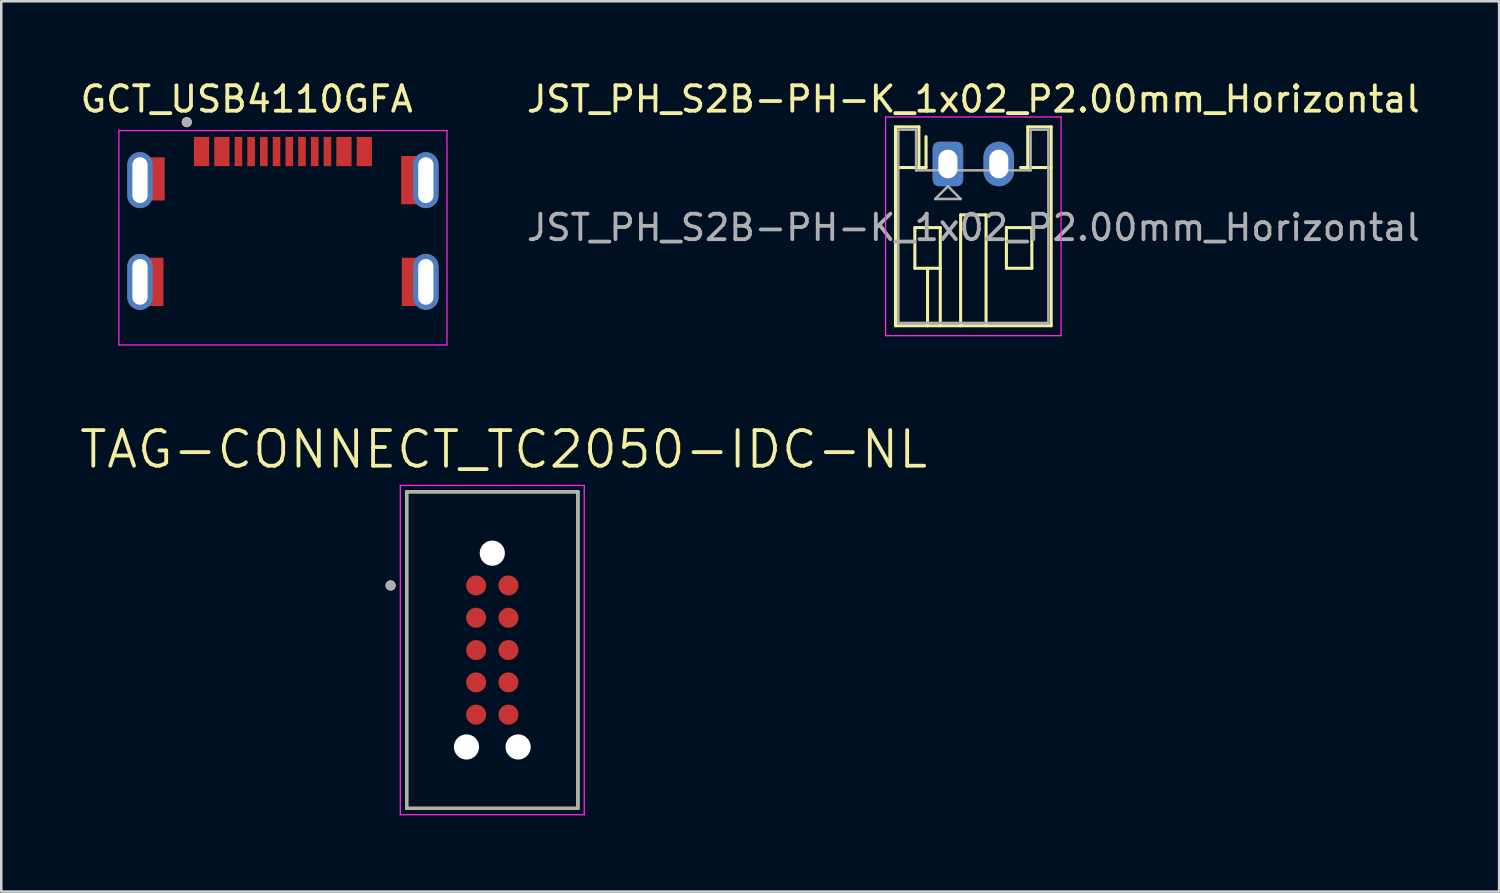
<source format=kicad_pcb>
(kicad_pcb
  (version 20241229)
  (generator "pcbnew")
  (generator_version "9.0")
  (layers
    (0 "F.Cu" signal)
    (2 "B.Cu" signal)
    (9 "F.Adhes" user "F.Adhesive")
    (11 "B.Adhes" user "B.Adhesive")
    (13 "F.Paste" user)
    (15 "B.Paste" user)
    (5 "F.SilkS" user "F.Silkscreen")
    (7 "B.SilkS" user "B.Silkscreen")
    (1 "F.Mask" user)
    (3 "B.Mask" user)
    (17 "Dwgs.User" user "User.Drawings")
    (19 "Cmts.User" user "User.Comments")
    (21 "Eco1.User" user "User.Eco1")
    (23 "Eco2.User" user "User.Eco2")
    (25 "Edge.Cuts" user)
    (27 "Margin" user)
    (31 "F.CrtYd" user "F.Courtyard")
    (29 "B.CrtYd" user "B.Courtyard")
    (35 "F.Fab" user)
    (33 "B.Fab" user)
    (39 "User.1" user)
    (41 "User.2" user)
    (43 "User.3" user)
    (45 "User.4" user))
  (footprint "GCT_USB4110GFA"
    (layer "F.Cu")
    (at 8.074 3.983)
    (property "Reference" "GCT_USB4110GFA" (at -1.425 -3.135 0) (layer "F.SilkS") (effects (font (size 1 1) (thickness 0.15))))
    (attr smd)
    (fp_circle (center -3.78 -2.23) (end -3.68 -2.23) (stroke (width 0.2) (type solid)) (fill no) (layer "F.SilkS"))
    (fp_line (start -6.45 -1.9) (end 6.45 -1.9) (stroke (width 0.05) (type solid)) (layer "F.CrtYd"))
    (fp_line (start -6.45 6.53) (end -6.45 -1.9) (stroke (width 0.05) (type solid)) (layer "F.CrtYd"))
    (fp_line (start 6.45 -1.9) (end 6.45 6.53) (stroke (width 0.05) (type solid)) (layer "F.CrtYd"))
    (fp_line (start 6.45 6.53) (end -6.45 6.53) (stroke (width 0.05) (type solid)) (layer "F.CrtYd"))
    (fp_circle (center -3.78 -2.23) (end -3.68 -2.23) (stroke (width 0.2) (type solid)) (fill no) (layer "F.Fab"))
    (pad "A1/B12" smd rect (at -3.2 -1.075) (size 0.6 1.15) (layers "F.Cu" "F.Mask" "F.Paste"))
    (pad "A4/B9" smd rect (at -2.4 -1.075) (size 0.6 1.15) (layers "F.Cu" "F.Mask" "F.Paste"))
    (pad "A5" smd rect (at -1.25 -1.075) (size 0.3 1.15) (layers "F.Cu" "F.Mask" "F.Paste"))
    (pad "A6" smd rect (at -0.25 -1.075) (size 0.3 1.15) (layers "F.Cu" "F.Mask" "F.Paste"))
    (pad "A7" smd rect (at 0.25 -1.075) (size 0.3 1.15) (layers "F.Cu" "F.Mask" "F.Paste"))
    (pad "A8" smd rect (at 1.25 -1.075) (size 0.3 1.15) (layers "F.Cu" "F.Mask" "F.Paste"))
    (pad "B1/A12" smd rect (at 3.2 -1.075) (size 0.6 1.15) (layers "F.Cu" "F.Mask" "F.Paste"))
    (pad "B4/A9" smd rect (at 2.4 -1.075) (size 0.6 1.15) (layers "F.Cu" "F.Mask" "F.Paste"))
    (pad "B5" smd rect (at 1.75 -1.075) (size 0.3 1.15) (layers "F.Cu" "F.Mask" "F.Paste"))
    (pad "B6" smd rect (at 0.75 -1.075) (size 0.3 1.15) (layers "F.Cu" "F.Mask" "F.Paste"))
    (pad "B7" smd rect (at -0.75 -1.075) (size 0.3 1.15) (layers "F.Cu" "F.Mask" "F.Paste"))
    (pad "B8" smd rect (at -1.75 -1.075) (size 0.3 1.15) (layers "F.Cu" "F.Mask" "F.Paste"))
    (pad "S1" thru_hole oval (at -5.62 0.05 90) (size 2.2 1) (drill oval 1.8 0.6) (layers "*.Cu" "*.Mask"))
    (pad "S1" smd rect (at -4.95 0) (size 0.6 1.7) (layers "F.Cu" "F.Mask" "F.Paste"))
    (pad "S2" smd rect (at 4.95 0.05) (size 0.6 1.9) (layers "F.Cu" "F.Mask" "F.Paste"))
    (pad "S2" thru_hole oval (at 5.62 0.05 90) (size 2.2 1) (drill oval 1.8 0.6) (layers "*.Cu" "*.Mask"))
    (pad "S3" thru_hole oval (at -5.62 4.05 90) (size 2.2 1) (drill oval 1.8 0.6) (layers "*.Cu" "*.Mask"))
    (pad "S3" smd rect (at -4.995 4.05) (size 0.6 1.9) (layers "F.Cu" "F.Mask" "F.Paste"))
    (pad "S4" smd rect (at 4.975 4.05) (size 0.6 1.9) (layers "F.Cu" "F.Mask" "F.Paste"))
    (pad "S4" thru_hole oval (at 5.62 4.05 90) (size 2.2 1) (drill oval 1.8 0.6) (layers "*.Cu" "*.Mask")))
  (footprint "JST_PH_S2B-PH-K_1x02_P2.00mm_Horizontal"
    (layer "F.Cu")
    (at 34.221 3.398)
    (property "Reference" "JST_PH_S2B-PH-K_1x02_P2.00mm_Horizontal" (at 1 -2.55 0) (layer "F.SilkS") (effects (font (size 1 1) (thickness 0.15))))
    (attr through_hole)
    (fp_line (start -2.06 -1.46) (end -2.06 6.36) (stroke (width 0.12) (type solid)) (layer "F.SilkS"))
    (fp_line (start -2.06 0.14) (end -1.14 0.14) (stroke (width 0.12) (type solid)) (layer "F.SilkS"))
    (fp_line (start -2.06 6.36) (end 4.06 6.36) (stroke (width 0.12) (type solid)) (layer "F.SilkS"))
    (fp_line (start -1.3 2.5) (end -1.3 4.1) (stroke (width 0.12) (type solid)) (layer "F.SilkS"))
    (fp_line (start -1.3 4.1) (end -0.3 4.1) (stroke (width 0.12) (type solid)) (layer "F.SilkS"))
    (fp_line (start -1.14 -1.46) (end -2.06 -1.46) (stroke (width 0.12) (type solid)) (layer "F.SilkS"))
    (fp_line (start -1.14 0.14) (end -1.14 -1.46) (stroke (width 0.12) (type solid)) (layer "F.SilkS"))
    (fp_line (start -0.86 0.14) (end -1.14 0.14) (stroke (width 0.12) (type solid)) (layer "F.SilkS"))
    (fp_line (start -0.86 0.14) (end -0.86 -1.075) (stroke (width 0.12) (type solid)) (layer "F.SilkS"))
    (fp_line (start -0.8 4.1) (end -0.8 6.36) (stroke (width 0.12) (type solid)) (layer "F.SilkS"))
    (fp_line (start -0.3 2.5) (end -1.3 2.5) (stroke (width 0.12) (type solid)) (layer "F.SilkS"))
    (fp_line (start -0.3 4.1) (end -0.3 2.5) (stroke (width 0.12) (type solid)) (layer "F.SilkS"))
    (fp_line (start -0.3 4.1) (end -0.3 6.36) (stroke (width 0.12) (type solid)) (layer "F.SilkS"))
    (fp_line (start 0.5 2) (end 1.5 2) (stroke (width 0.12) (type solid)) (layer "F.SilkS"))
    (fp_line (start 0.5 6.36) (end 0.5 2) (stroke (width 0.12) (type solid)) (layer "F.SilkS"))
    (fp_line (start 1.5 2) (end 1.5 6.36) (stroke (width 0.12) (type solid)) (layer "F.SilkS"))
    (fp_line (start 2.3 2.5) (end 3.3 2.5) (stroke (width 0.12) (type solid)) (layer "F.SilkS"))
    (fp_line (start 2.3 4.1) (end 2.3 2.5) (stroke (width 0.12) (type solid)) (layer "F.SilkS"))
    (fp_line (start 3.14 -1.46) (end 3.14 0.14) (stroke (width 0.12) (type solid)) (layer "F.SilkS"))
    (fp_line (start 3.14 0.14) (end 2.86 0.14) (stroke (width 0.12) (type solid)) (layer "F.SilkS"))
    (fp_line (start 3.3 2.5) (end 3.3 4.1) (stroke (width 0.12) (type solid)) (layer "F.SilkS"))
    (fp_line (start 3.3 4.1) (end 2.3 4.1) (stroke (width 0.12) (type solid)) (layer "F.SilkS"))
    (fp_line (start 4.06 -1.46) (end 3.14 -1.46) (stroke (width 0.12) (type solid)) (layer "F.SilkS"))
    (fp_line (start 4.06 0.14) (end 3.14 0.14) (stroke (width 0.12) (type solid)) (layer "F.SilkS"))
    (fp_line (start 4.06 6.36) (end 4.06 -1.46) (stroke (width 0.12) (type solid)) (layer "F.SilkS"))
    (fp_line (start -2.45 -1.85) (end -2.45 6.75) (stroke (width 0.05) (type solid)) (layer "F.CrtYd"))
    (fp_line (start -2.45 6.75) (end 4.45 6.75) (stroke (width 0.05) (type solid)) (layer "F.CrtYd"))
    (fp_line (start 4.45 -1.85) (end -2.45 -1.85) (stroke (width 0.05) (type solid)) (layer "F.CrtYd"))
    (fp_line (start 4.45 6.75) (end 4.45 -1.85) (stroke (width 0.05) (type solid)) (layer "F.CrtYd"))
    (fp_line (start -1.95 -1.35) (end -1.95 6.25) (stroke (width 0.1) (type solid)) (layer "F.Fab"))
    (fp_line (start -1.95 6.25) (end 3.95 6.25) (stroke (width 0.1) (type solid)) (layer "F.Fab"))
    (fp_line (start -1.25 -1.35) (end -1.95 -1.35) (stroke (width 0.1) (type solid)) (layer "F.Fab"))
    (fp_line (start -1.25 0.25) (end -1.25 -1.35) (stroke (width 0.1) (type solid)) (layer "F.Fab"))
    (fp_line (start -0.5 1.375) (end 0.5 1.375) (stroke (width 0.1) (type solid)) (layer "F.Fab"))
    (fp_line (start 0 0.875) (end -0.5 1.375) (stroke (width 0.1) (type solid)) (layer "F.Fab"))
    (fp_line (start 0.5 1.375) (end 0 0.875) (stroke (width 0.1) (type solid)) (layer "F.Fab"))
    (fp_line (start 3.25 -1.35) (end 3.25 0.25) (stroke (width 0.1) (type solid)) (layer "F.Fab"))
    (fp_line (start 3.25 0.25) (end -1.25 0.25) (stroke (width 0.1) (type solid)) (layer "F.Fab"))
    (fp_line (start 3.95 -1.35) (end 3.25 -1.35) (stroke (width 0.1) (type solid)) (layer "F.Fab"))
    (fp_line (start 3.95 6.25) (end 3.95 -1.35) (stroke (width 0.1) (type solid)) (layer "F.Fab"))
    (fp_text user "${REFERENCE}" (at 1 2.5 0) (layer "F.Fab") (effects (font (size 1 1) (thickness 0.15))))
    (pad "1" thru_hole roundrect (at 0 0) (size 1.2 1.75) (drill oval 0.75 1.125) (layers "*.Cu" "*.Mask") (roundrect_rratio 0.208))
    (pad "2" thru_hole oval (at 2 0) (size 1.2 1.75) (drill oval 0.75 1.125) (layers "*.Cu" "*.Mask")))
  (footprint "TAG-CONNECT_TC2050-IDC-NL"
    (layer "F.Cu")
    (at 15.672 19.97)
    (property "Reference" "TAG-CONNECT_TC2050-IDC-NL" (at 1.08 -5.349 0) (layer "F.SilkS") (effects (font (size 1.4 1.4) (thickness 0.15))))
    (attr smd)
    (fp_line (start -2.731 -3.683) (end 4 -3.683) (stroke (width 0.127) (type solid)) (layer "F.SilkS"))
    (fp_line (start -2.731 8.763) (end -2.731 -3.683) (stroke (width 0.127) (type solid)) (layer "F.SilkS"))
    (fp_line (start 4 -3.683) (end 4 8.763) (stroke (width 0.127) (type solid)) (layer "F.SilkS"))
    (fp_line (start 4 8.763) (end -2.731 8.763) (stroke (width 0.127) (type solid)) (layer "F.SilkS"))
    (fp_circle (center -3.365 0) (end -3.265 0) (stroke (width 0.2) (type solid)) (fill no) (layer "F.SilkS"))
    (fp_line (start -2.981 -3.933) (end 4.25 -3.933) (stroke (width 0.05) (type solid)) (layer "F.CrtYd"))
    (fp_line (start -2.981 9.013) (end -2.981 -3.933) (stroke (width 0.05) (type solid)) (layer "F.CrtYd"))
    (fp_line (start 4.25 -3.933) (end 4.25 9.013) (stroke (width 0.05) (type solid)) (layer "F.CrtYd"))
    (fp_line (start 4.25 9.013) (end -2.981 9.013) (stroke (width 0.05) (type solid)) (layer "F.CrtYd"))
    (fp_line (start -2.731 -3.683) (end 4 -3.683) (stroke (width 0.127) (type solid)) (layer "F.Fab"))
    (fp_line (start -2.731 8.763) (end -2.731 -3.683) (stroke (width 0.127) (type solid)) (layer "F.Fab"))
    (fp_line (start 4 -3.683) (end 4 8.763) (stroke (width 0.127) (type solid)) (layer "F.Fab"))
    (fp_line (start 4 8.763) (end -2.731 8.763) (stroke (width 0.127) (type solid)) (layer "F.Fab"))
    (fp_circle (center -3.365 0) (end -3.265 0) (stroke (width 0.2) (type solid)) (fill no) (layer "F.Fab"))
    (pad "" np_thru_hole circle (at -0.38 6.35) (size 0.991 0.991) (drill 0.991) (layers "*.Cu" "*.Mask"))
    (pad "" np_thru_hole circle (at 0.635 -1.27) (size 0.991 0.991) (drill 0.991) (layers "*.Cu" "*.Mask"))
    (pad "" np_thru_hole circle (at 1.65 6.35) (size 0.991 0.991) (drill 0.991) (layers "*.Cu" "*.Mask"))
    (pad "1" smd circle (at 0 0 270) (size 0.787 0.787) (layers "F.Cu" "F.Mask"))
    (pad "2" smd circle (at 0 1.27 270) (size 0.787 0.787) (layers "F.Cu" "F.Mask"))
    (pad "3" smd circle (at 0 2.54 270) (size 0.787 0.787) (layers "F.Cu" "F.Mask"))
    (pad "4" smd circle (at 0 3.81 270) (size 0.787 0.787) (layers "F.Cu" "F.Mask"))
    (pad "5" smd circle (at 0 5.08 270) (size 0.787 0.787) (layers "F.Cu" "F.Mask"))
    (pad "6" smd circle (at 1.27 5.08 90) (size 0.787 0.787) (layers "F.Cu" "F.Mask"))
    (pad "7" smd circle (at 1.27 3.81 90) (size 0.787 0.787) (layers "F.Cu" "F.Mask"))
    (pad "8" smd circle (at 1.27 2.54 90) (size 0.787 0.787) (layers "F.Cu" "F.Mask"))
    (pad "9" smd circle (at 1.27 1.27 90) (size 0.787 0.787) (layers "F.Cu" "F.Mask"))
    (pad "10" smd circle (at 1.27 0 90) (size 0.787 0.787) (layers "F.Cu" "F.Mask"))
    (zone (net_name "") (layer "F.Cu") (hatch full 0.508) (connect_pads) (min_thickness 0.01) (filled_areas_thickness no) (keepout (tracks not_allowed) (vias not_allowed) (pads not_allowed) (copperpour not_allowed) (footprints allowed)) (placement (enabled no)) (fill) (polygon (pts (xy 15.672 19.97) (xy 16.942 19.97) (xy 16.942 25.049) (xy 15.672 25.049))))
    (zone (net_name "") (layers "F.Cu" "B.Cu") (hatch full 0.508) (connect_pads) (min_thickness 0.01) (filled_areas_thickness no) (keepout (tracks allowed) (vias not_allowed) (pads allowed) (copperpour allowed) (footprints allowed)) (placement (enabled no)) (fill) (polygon (pts (xy 15.672 19.97) (xy 16.942 19.97) (xy 16.942 25.049) (xy 15.672 25.049))))
    (zone (net_name "") (layer "B.Cu") (hatch full 0.508) (connect_pads) (min_thickness 0.01) (filled_areas_thickness no) (keepout (tracks not_allowed) (vias not_allowed) (pads not_allowed) (copperpour not_allowed) (footprints allowed)) (placement (enabled no)) (fill) (polygon (pts (xy 15.672 19.97) (xy 16.942 19.97) (xy 16.942 25.049) (xy 15.672 25.049)))))
  (gr_rect
    (start -3 -3)
    (end 55.894 32.008)
    (stroke (width 0.1) (type default))
    (fill no)
    (layer "Edge.Cuts")))
</source>
